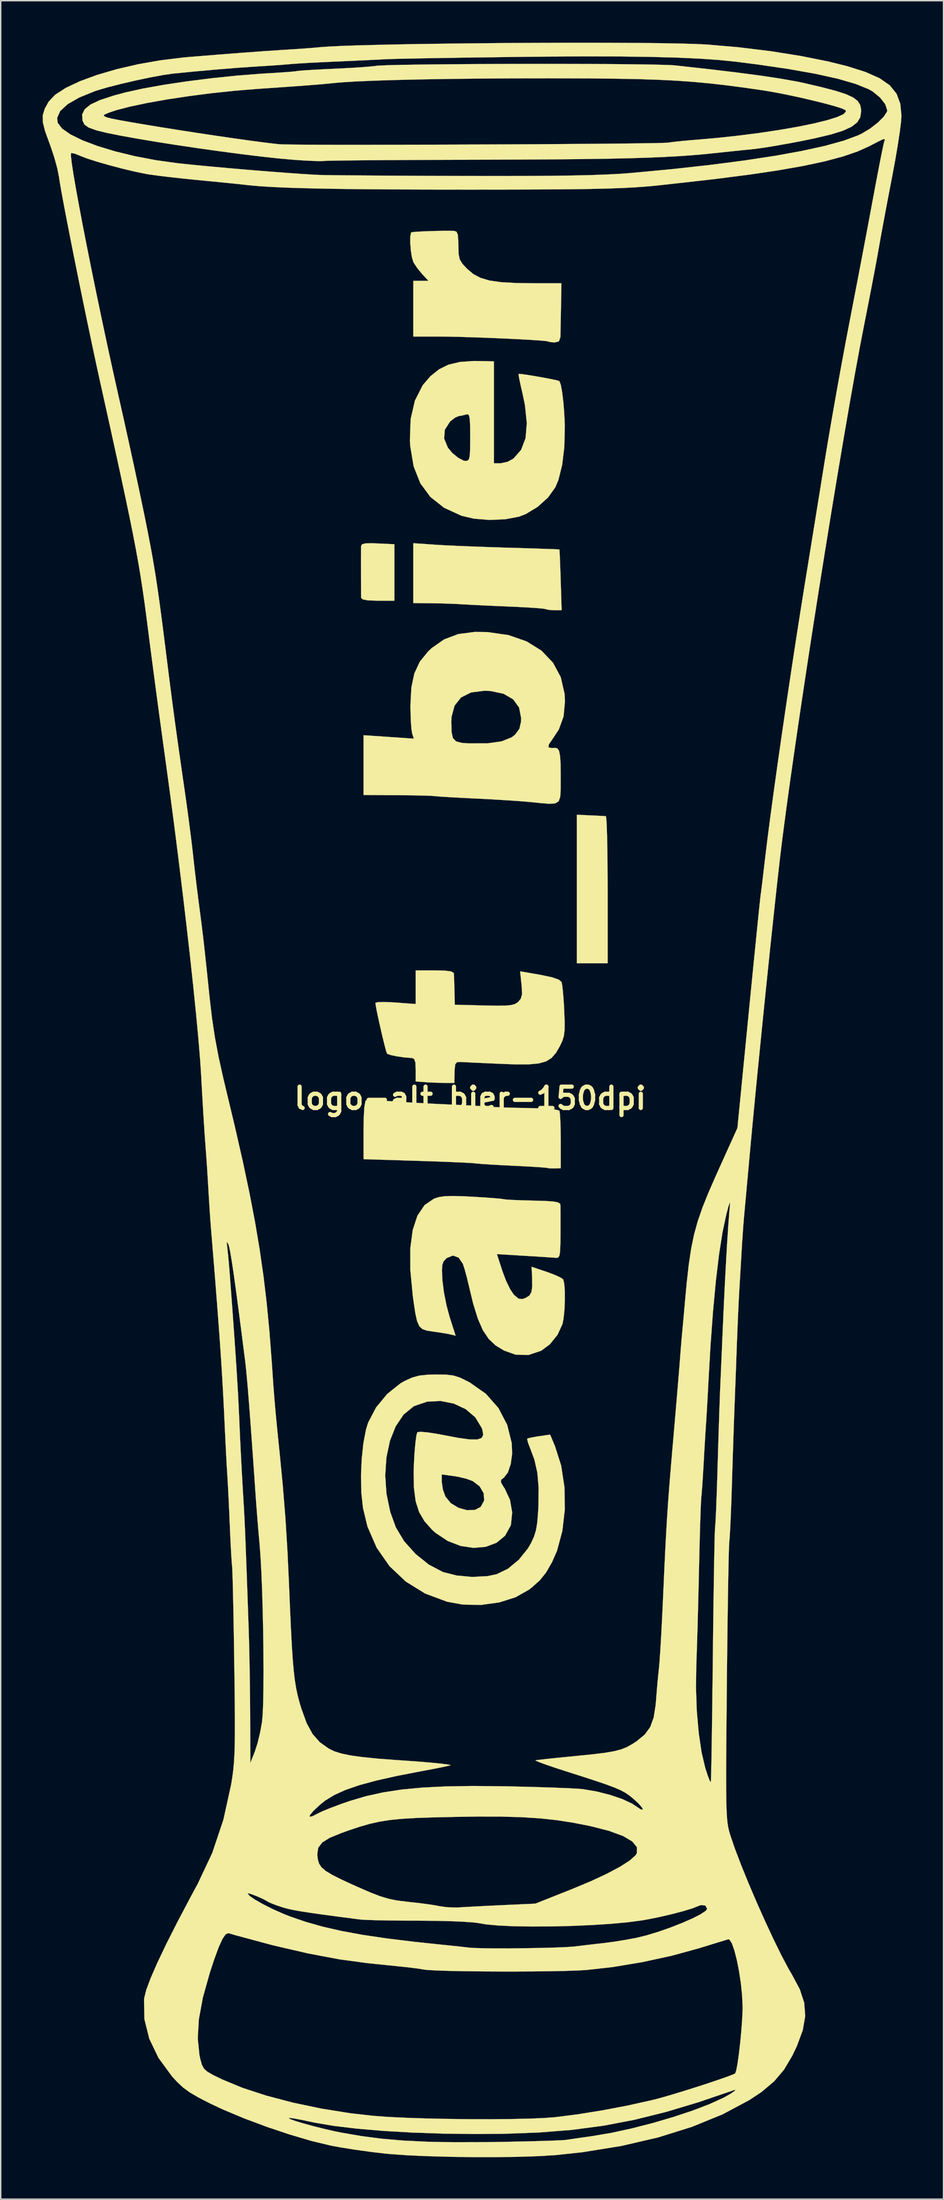
<source format=kicad_pcb>
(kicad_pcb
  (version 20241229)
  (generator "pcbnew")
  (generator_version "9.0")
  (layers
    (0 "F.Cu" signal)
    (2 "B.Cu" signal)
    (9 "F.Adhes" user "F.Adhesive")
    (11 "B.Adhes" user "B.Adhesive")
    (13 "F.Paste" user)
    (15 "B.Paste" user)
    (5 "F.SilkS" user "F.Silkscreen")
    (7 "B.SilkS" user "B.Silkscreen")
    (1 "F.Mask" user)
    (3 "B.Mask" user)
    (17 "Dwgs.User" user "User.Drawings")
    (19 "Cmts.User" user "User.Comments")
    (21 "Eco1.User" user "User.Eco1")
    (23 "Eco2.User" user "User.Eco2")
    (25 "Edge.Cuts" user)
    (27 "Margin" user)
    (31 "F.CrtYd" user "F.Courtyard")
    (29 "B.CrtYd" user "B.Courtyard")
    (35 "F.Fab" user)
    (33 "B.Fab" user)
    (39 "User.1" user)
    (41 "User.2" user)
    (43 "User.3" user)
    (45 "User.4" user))
  (footprint "logo-alt_bier-150dpi"
    (layer "F.Cu")
    (at 30.553 75.439)
    (property "Reference" "logo-alt_bier-150dpi" (at 0 0 0) (layer "F.SilkS") (effects (font (size 1.524 1.524) (thickness 0.3))))
    (attr through_hole)
    (fp_poly (pts (xy 8.594 -20.22) (xy 9.144 -20.194) (xy 9.551 -20.173) (xy 9.694 -20.164) (xy 9.726 -19.998) (xy 9.754 -19.534) (xy 9.779 -18.814) (xy 9.799 -17.877) (xy 9.813 -16.765) (xy 9.82 -15.518) (xy 9.821 -14.901) (xy 9.821 -9.652) (xy 7.62 -9.652) (xy 7.62 -20.264) (xy 8.594 -20.22)) (stroke (width 0.01) (type solid)) (fill yes) (layer "F.SilkS"))
    (fp_poly (pts (xy -6.604 -39.652) (xy -5.419 -39.596) (xy -5.419 -35.56) (xy -6.604 -35.56) (xy -7.296 -35.583) (xy -7.682 -35.656) (xy -7.795 -35.772) (xy -7.8 -36.112) (xy -7.803 -36.669) (xy -7.806 -37.351) (xy -7.807 -38.064) (xy -7.807 -38.715) (xy -7.805 -39.21) (xy -7.802 -39.455) (xy -7.734 -39.589) (xy -7.501 -39.656) (xy -7.039 -39.668) (xy -6.604 -39.652)) (stroke (width 0.01) (type solid)) (fill yes) (layer "F.SilkS"))
    (fp_poly (pts (xy -2.498 -39.562) (xy -1.838 -39.523) (xy -0.92 -39.48) (xy 0.173 -39.435) (xy 1.361 -39.392) (xy 2.563 -39.353) (xy 2.709 -39.349) (xy 3.78 -39.318) (xy 4.729 -39.288) (xy 5.505 -39.261) (xy 6.061 -39.24) (xy 6.347 -39.226) (xy 6.374 -39.223) (xy 6.388 -39.055) (xy 6.409 -38.614) (xy 6.435 -37.962) (xy 6.462 -37.165) (xy 6.466 -37.042) (xy 6.534 -34.883) (xy 6.005 -34.883) (xy 5.611 -34.905) (xy 5.398 -34.96) (xy 5.397 -34.961) (xy 5.209 -34.995) (xy 4.743 -35.037) (xy 4.061 -35.081) (xy 3.224 -35.124) (xy 2.786 -35.143) (xy 1.814 -35.185) (xy 0.889 -35.228) (xy 0.098 -35.267) (xy -0.471 -35.299) (xy -0.593 -35.307) (xy -1.2 -35.339) (xy -1.978 -35.365) (xy -2.752 -35.379) (xy -4.064 -35.391) (xy -4.064 -39.67) (xy -2.498 -39.562)) (stroke (width 0.01) (type solid)) (fill yes) (layer "F.SilkS"))
    (fp_poly (pts (xy -6.701 0.136) (xy -6.064 0.178) (xy -5.89 0.192) (xy -5.227 0.241) (xy -4.327 0.297) (xy -3.29 0.355) (xy -2.216 0.408) (xy -1.799 0.427) (xy -0.831 0.471) (xy 0.052 0.515) (xy 0.78 0.556) (xy 1.282 0.59) (xy 1.439 0.604) (xy 1.802 0.629) (xy 2.418 0.654) (xy 3.203 0.677) (xy 4.073 0.693) (xy 4.111 0.694) (xy 4.933 0.717) (xy 5.628 0.759) (xy 6.128 0.813) (xy 6.365 0.875) (xy 6.373 0.883) (xy 6.411 1.107) (xy 6.443 1.596) (xy 6.464 2.276) (xy 6.471 3.019) (xy 6.471 4.995) (xy 6.033 5.012) (xy 5.687 5.008) (xy 5.545 4.98) (xy 5.367 4.955) (xy 4.914 4.92) (xy 4.246 4.878) (xy 3.427 4.835) (xy 3.129 4.821) (xy 2.233 4.776) (xy 1.429 4.73) (xy 0.793 4.687) (xy 0.399 4.653) (xy 0.346 4.646) (xy 0.06 4.622) (xy -0.51 4.591) (xy -1.308 4.556) (xy -2.279 4.518) (xy -3.366 4.481) (xy -3.845 4.466) (xy -7.62 4.35) (xy -7.62 2.274) (xy -7.605 1.283) (xy -7.56 0.589) (xy -7.488 0.207) (xy -7.436 0.136) (xy -7.19 0.121) (xy -6.701 0.136)) (stroke (width 0.01) (type solid)) (fill yes) (layer "F.SilkS"))
    (fp_poly (pts (xy -1.207 -61.99) (xy -1.143 -61.988) (xy -0.976 -61.929) (xy -0.886 -61.719) (xy -0.85 -61.284) (xy -0.847 -60.94) (xy -0.83 -60.344) (xy -0.747 -59.951) (xy -0.546 -59.625) (xy -0.212 -59.27) (xy 0.224 -58.904) (xy 0.733 -58.633) (xy 1.368 -58.444) (xy 2.186 -58.325) (xy 3.239 -58.265) (xy 4.369 -58.25) (xy 6.519 -58.25) (xy 6.488 -56.515) (xy 6.473 -55.742) (xy 6.46 -55.062) (xy 6.45 -54.57) (xy 6.445 -54.398) (xy 6.344 -54.097) (xy 6.04 -54.017) (xy 5.704 -54.044) (xy 5.574 -54.087) (xy 5.384 -54.12) (xy 4.911 -54.161) (xy 4.212 -54.207) (xy 3.342 -54.254) (xy 2.357 -54.301) (xy 1.312 -54.345) (xy 0.264 -54.383) (xy -0.731 -54.414) (xy -1.618 -54.434) (xy -2.328 -54.441) (xy -4.064 -54.441) (xy -4.064 -58.42) (xy -2.985 -58.42) (xy -3.419 -58.886) (xy -3.774 -59.316) (xy -4.048 -59.729) (xy -4.061 -59.754) (xy -4.166 -60.099) (xy -4.243 -60.603) (xy -4.285 -61.147) (xy -4.281 -61.61) (xy -4.224 -61.871) (xy -4.216 -61.88) (xy -4.031 -61.912) (xy -3.598 -61.942) (xy -3.009 -61.968) (xy -2.353 -61.987) (xy -1.722 -61.996) (xy -1.207 -61.99)) (stroke (width 0.01) (type solid)) (fill yes) (layer "F.SilkS"))
    (fp_poly (pts (xy -1.792 -9.125) (xy -1.348 -9.064) (xy -1.173 -8.955) (xy -1.168 -8.932) (xy -1.154 -8.657) (xy -1.138 -8.164) (xy -1.125 -7.705) (xy -1.101 -6.689) (xy 0.99 -6.635) (xy 1.887 -6.618) (xy 2.51 -6.625) (xy 2.924 -6.662) (xy 3.195 -6.738) (xy 3.387 -6.858) (xy 3.422 -6.889) (xy 3.619 -7.122) (xy 3.7 -7.424) (xy 3.688 -7.908) (xy 3.666 -8.137) (xy 3.568 -9.077) (xy 4.994 -8.829) (xy 5.824 -8.656) (xy 6.331 -8.481) (xy 6.529 -8.312) (xy 6.582 -8.037) (xy 6.638 -7.508) (xy 6.69 -6.811) (xy 6.719 -6.265) (xy 6.75 -5.443) (xy 6.744 -4.867) (xy 6.692 -4.448) (xy 6.581 -4.095) (xy 6.406 -3.725) (xy 6.121 -3.237) (xy 5.808 -2.88) (xy 5.415 -2.637) (xy 4.887 -2.491) (xy 4.171 -2.426) (xy 3.212 -2.426) (xy 2.286 -2.46) (xy 1.359 -2.501) (xy 0.524 -2.539) (xy -0.147 -2.571) (xy -0.583 -2.593) (xy -0.677 -2.598) (xy -0.939 -2.584) (xy -1.066 -2.44) (xy -1.111 -2.078) (xy -1.118 -1.863) (xy -1.134 -1.101) (xy -1.795 -1.1) (xy -2.423 -1.113) (xy -3.094 -1.146) (xy -3.175 -1.152) (xy -3.895 -1.205) (xy -3.895 -2.042) (xy -3.917 -2.555) (xy -4.002 -2.81) (xy -4.177 -2.885) (xy -4.191 -2.885) (xy -4.685 -2.921) (xy -5.22 -2.996) (xy -5.675 -3.09) (xy -5.929 -3.18) (xy -5.942 -3.191) (xy -6.01 -3.384) (xy -6.127 -3.823) (xy -6.274 -4.422) (xy -6.43 -5.097) (xy -6.577 -5.762) (xy -6.695 -6.33) (xy -6.764 -6.718) (xy -6.774 -6.82) (xy -6.618 -6.868) (xy -6.202 -6.883) (xy -5.604 -6.863) (xy -5.334 -6.846) (xy -3.895 -6.739) (xy -3.895 -9.144) (xy -2.54 -9.144) (xy -1.792 -9.125)) (stroke (width 0.01) (type solid)) (fill yes) (layer "F.SilkS"))
    (fp_poly (pts (xy 1.143 -52.682) (xy 1.693 -52.663) (xy 1.693 -45.381) (xy 2.178 -45.381) (xy 2.668 -45.488) (xy 3.088 -45.715) (xy 3.637 -46.341) (xy 3.956 -47.182) (xy 4.046 -48.247) (xy 3.91 -49.549) (xy 3.737 -50.376) (xy 3.593 -51.003) (xy 3.492 -51.487) (xy 3.452 -51.747) (xy 3.454 -51.77) (xy 3.627 -51.763) (xy 4.039 -51.706) (xy 4.594 -51.616) (xy 5.199 -51.509) (xy 5.76 -51.403) (xy 6.183 -51.313) (xy 6.373 -51.256) (xy 6.374 -51.255) (xy 6.471 -51.004) (xy 6.567 -50.49) (xy 6.653 -49.788) (xy 6.72 -48.974) (xy 6.758 -48.124) (xy 6.76 -48.022) (xy 6.727 -46.56) (xy 6.572 -45.264) (xy 6.305 -44.193) (xy 6.088 -43.673) (xy 5.562 -42.936) (xy 4.815 -42.263) (xy 3.962 -41.749) (xy 3.49 -41.568) (xy 2.5 -41.38) (xy 1.373 -41.333) (xy 0.263 -41.424) (xy -0.627 -41.633) (xy -1.865 -42.202) (xy -2.841 -42.971) (xy -3.564 -43.953) (xy -4.042 -45.159) (xy -4.285 -46.602) (xy -4.31 -46.993) (xy -4.305 -47.147) (xy -1.862 -47.147) (xy -1.597 -46.501) (xy -1.287 -46.126) (xy -0.872 -45.783) (xy -0.487 -45.577) (xy -0.356 -45.551) (xy -0.195 -45.57) (xy -0.091 -45.67) (xy -0.033 -45.911) (xy -0.007 -46.355) (xy -0.000122 -47.062) (xy 0 -47.262) (xy -0.006 -48.04) (xy -0.03 -48.533) (xy -0.082 -48.797) (xy -0.17 -48.887) (xy -0.268 -48.871) (xy -0.655 -48.778) (xy -0.784 -48.768) (xy -1.064 -48.656) (xy -1.416 -48.383) (xy -1.447 -48.352) (xy -1.814 -47.78) (xy -1.862 -47.147) (xy -4.305 -47.147) (xy -4.257 -48.539) (xy -3.952 -49.861) (xy -3.395 -50.959) (xy -2.851 -51.596) (xy -2.237 -52.091) (xy -1.562 -52.426) (xy -0.753 -52.62) (xy 0.261 -52.693) (xy 1.143 -52.682)) (stroke (width 0.01) (type solid)) (fill yes) (layer "F.SilkS"))
    (fp_poly (pts (xy 1.255 -33.317) (xy 2.743 -33.102) (xy 4.029 -32.655) (xy 5.092 -31.993) (xy 5.913 -31.135) (xy 6.471 -30.099) (xy 6.746 -28.902) (xy 6.773 -28.358) (xy 6.67 -27.28) (xy 6.335 -26.363) (xy 5.898 -25.696) (xy 5.619 -25.291) (xy 5.592 -25.082) (xy 5.827 -25.028) (xy 6.041 -25.046) (xy 6.224 -25.013) (xy 6.349 -24.832) (xy 6.425 -24.454) (xy 6.462 -23.834) (xy 6.468 -22.924) (xy 6.468 -22.882) (xy 6.466 -22.087) (xy 6.436 -21.549) (xy 6.323 -21.226) (xy 6.071 -21.074) (xy 5.627 -21.049) (xy 4.936 -21.108) (xy 4.318 -21.171) (xy 3.647 -21.228) (xy 2.743 -21.291) (xy 1.709 -21.355) (xy 0.651 -21.411) (xy 0.339 -21.426) (xy -0.585 -21.472) (xy -1.401 -21.516) (xy -2.043 -21.556) (xy -2.446 -21.587) (xy -2.54 -21.598) (xy -2.795 -21.617) (xy -3.319 -21.635) (xy -4.045 -21.65) (xy -4.902 -21.66) (xy -5.207 -21.662) (xy -7.62 -21.675) (xy -7.62 -25.948) (xy -5.825 -25.826) (xy -4.03 -25.704) (xy -4.15 -26.081) (xy -4.202 -26.411) (xy -4.237 -26.89) (xy -1.352 -26.89) (xy -1.331 -26.183) (xy -1.237 -25.745) (xy -1.012 -25.507) (xy -0.601 -25.401) (xy -0.109 -25.365) (xy 1.217 -25.366) (xy 2.24 -25.509) (xy 2.961 -25.796) (xy 3.203 -25.986) (xy 3.514 -26.405) (xy 3.633 -26.918) (xy 3.641 -27.164) (xy 3.494 -27.925) (xy 3.069 -28.512) (xy 2.383 -28.911) (xy 1.456 -29.107) (xy 1.013 -29.125) (xy 0.061 -29.005) (xy -0.652 -28.649) (xy -1.119 -28.06) (xy -1.336 -27.245) (xy -1.352 -26.89) (xy -4.237 -26.89) (xy -4.243 -26.982) (xy -4.267 -27.698) (xy -4.271 -28.096) (xy -4.206 -29.355) (xy -3.991 -30.368) (xy -3.6 -31.206) (xy -3.007 -31.936) (xy -2.743 -32.183) (xy -1.858 -32.8) (xy -0.851 -33.177) (xy 0.337 -33.331) (xy 1.255 -33.317)) (stroke (width 0.01) (type solid)) (fill yes) (layer "F.SilkS"))
    (fp_poly (pts (xy -0.488 7) (xy 0.156 7.032) (xy 0.972 7.082) (xy 1.659 7.131) (xy 2.15 7.174) (xy 2.379 7.206) (xy 2.384 7.208) (xy 2.583 7.234) (xy 3.049 7.262) (xy 3.713 7.288) (xy 4.459 7.308) (xy 5.321 7.332) (xy 5.898 7.37) (xy 6.242 7.427) (xy 6.407 7.513) (xy 6.446 7.612) (xy 6.45 7.884) (xy 6.453 8.41) (xy 6.453 9.107) (xy 6.452 9.652) (xy 6.445 10.448) (xy 6.421 10.963) (xy 6.371 11.255) (xy 6.284 11.382) (xy 6.151 11.4) (xy 6.15 11.4) (xy 5.869 11.379) (xy 5.329 11.343) (xy 4.612 11.297) (xy 3.881 11.253) (xy 1.909 11.135) (xy 2.315 12.383) (xy 2.567 13.049) (xy 2.851 13.634) (xy 3.11 14.022) (xy 3.131 14.043) (xy 3.45 14.312) (xy 3.723 14.349) (xy 3.972 14.258) (xy 4.23 14.095) (xy 4.376 13.846) (xy 4.433 13.431) (xy 4.422 12.77) (xy 4.417 12.666) (xy 4.386 12.039) (xy 5.453 12.396) (xy 6.017 12.606) (xy 6.448 12.803) (xy 6.644 12.938) (xy 6.72 13.231) (xy 6.76 13.759) (xy 6.764 14.42) (xy 6.734 15.112) (xy 6.672 15.732) (xy 6.597 16.124) (xy 6.246 16.892) (xy 5.69 17.581) (xy 5.076 18.036) (xy 4.162 18.344) (xy 3.24 18.318) (xy 2.414 18.024) (xy 1.811 17.657) (xy 1.317 17.187) (xy 0.903 16.567) (xy 0.545 15.747) (xy 0.215 14.681) (xy -0.08 13.462) (xy -0.24 12.795) (xy -0.402 12.2) (xy -0.529 11.817) (xy -0.832 11.379) (xy -1.233 11.236) (xy -1.667 11.408) (xy -1.726 11.457) (xy -1.903 11.655) (xy -1.996 11.908) (xy -2.02 12.304) (xy -1.99 12.935) (xy -1.983 13.039) (xy -1.879 13.863) (xy -1.693 14.8) (xy -1.468 15.636) (xy -1.042 16.963) (xy -1.41 16.873) (xy -1.789 16.799) (xy -2.345 16.712) (xy -2.68 16.665) (xy -3.112 16.597) (xy -3.421 16.488) (xy -3.639 16.283) (xy -3.795 15.928) (xy -3.92 15.369) (xy -4.043 14.552) (xy -4.104 14.102) (xy -4.278 12.279) (xy -4.28 10.713) (xy -4.109 9.411) (xy -3.77 8.381) (xy -3.262 7.632) (xy -2.592 7.172) (xy -2.253 7.061) (xy -1.837 6.998) (xy -1.272 6.979) (xy -0.488 7)) (stroke (width 0.01) (type solid)) (fill yes) (layer "F.SilkS"))
    (fp_poly (pts (xy -1.729 19.746) (xy -1.201 19.809) (xy -0.732 19.958) (xy -0.183 20.226) (xy -0.028 20.309) (xy 1.12 21.114) (xy 2.019 22.135) (xy 2.645 23.34) (xy 2.969 24.642) (xy 2.996 25.405) (xy 2.897 26.136) (xy 2.694 26.736) (xy 2.409 27.107) (xy 2.386 27.123) (xy 2.205 27.265) (xy 2.194 27.435) (xy 2.365 27.737) (xy 2.47 27.892) (xy 2.843 28.691) (xy 2.999 29.59) (xy 2.915 30.444) (xy 2.882 30.554) (xy 2.489 31.261) (xy 1.881 31.761) (xy 1.112 32.05) (xy 0.237 32.126) (xy -0.69 31.987) (xy -1.615 31.629) (xy -2.483 31.05) (xy -2.731 30.826) (xy -3.269 30.22) (xy -3.653 29.564) (xy -3.898 28.796) (xy -4.021 27.852) (xy -4.028 27.419) (xy -2.032 27.419) (xy -1.95 27.966) (xy -1.767 28.469) (xy -1.384 28.932) (xy -0.839 29.263) (xy -0.231 29.434) (xy 0.338 29.415) (xy 0.75 29.198) (xy 0.997 28.743) (xy 0.964 28.227) (xy 0.677 27.732) (xy 0.191 27.358) (xy -0.264 27.189) (xy -0.871 27.043) (xy -1.159 26.996) (xy -2.032 26.88) (xy -2.032 27.419) (xy -4.028 27.419) (xy -4.04 26.672) (xy -4.018 26.02) (xy -3.97 25.222) (xy -3.908 24.548) (xy -3.841 24.07) (xy -3.778 23.861) (xy -3.557 23.83) (xy -3.079 23.869) (xy -2.416 23.969) (xy -1.943 24.058) (xy -0.845 24.266) (xy -0.041 24.376) (xy 0.501 24.381) (xy 0.813 24.276) (xy 0.928 24.055) (xy 0.876 23.712) (xy 0.82 23.551) (xy 0.365 22.798) (xy -0.324 22.212) (xy -1.175 21.814) (xy -2.116 21.628) (xy -3.074 21.677) (xy -3.977 21.982) (xy -4.061 22.027) (xy -4.765 22.606) (xy -5.326 23.442) (xy -5.737 24.479) (xy -5.988 25.665) (xy -6.073 26.944) (xy -5.984 28.262) (xy -5.712 29.566) (xy -5.313 30.665) (xy -4.727 31.642) (xy -3.909 32.559) (xy -2.955 33.324) (xy -1.961 33.847) (xy -1.947 33.852) (xy -0.968 34.102) (xy 0.14 34.203) (xy 1.22 34.147) (xy 1.887 34.009) (xy 2.696 33.618) (xy 3.473 32.975) (xy 4.127 32.164) (xy 4.353 31.773) (xy 4.565 31.309) (xy 4.707 30.842) (xy 4.797 30.275) (xy 4.856 29.51) (xy 4.876 29.089) (xy 4.889 27.808) (xy 4.798 26.752) (xy 4.587 25.821) (xy 4.288 25.017) (xy 4.13 24.607) (xy 4.071 24.351) (xy 4.08 24.319) (xy 4.274 24.261) (xy 4.687 24.182) (xy 4.929 24.145) (xy 5.71 24.032) (xy 6.054 24.843) (xy 6.499 26.242) (xy 6.735 27.778) (xy 6.763 29.365) (xy 6.586 30.912) (xy 6.205 32.332) (xy 5.847 33.15) (xy 5.423 33.884) (xy 4.984 34.435) (xy 4.413 34.947) (xy 4.196 35.115) (xy 3.236 35.658) (xy 2.068 36.025) (xy 0.782 36.203) (xy -0.533 36.178) (xy -1.647 35.977) (xy -3.225 35.387) (xy -4.605 34.532) (xy -5.764 33.435) (xy -6.682 32.121) (xy -7.339 30.611) (xy -7.662 29.276) (xy -7.776 28.22) (xy -7.805 27.031) (xy -7.756 25.809) (xy -7.635 24.656) (xy -7.448 23.672) (xy -7.295 23.174) (xy -6.731 22.095) (xy -5.933 21.128) (xy -4.988 20.371) (xy -4.678 20.194) (xy -4.138 19.949) (xy -3.618 19.81) (xy -2.981 19.748) (xy -2.455 19.737) (xy -1.729 19.746)) (stroke (width 0.01) (type solid)) (fill yes) (layer "F.SilkS"))
    (fp_poly (pts (xy 7 -73.921) (xy 8.588 -73.916) (xy 10.073 -73.908) (xy 11.416 -73.896) (xy 12.583 -73.881) (xy 13.534 -73.863) (xy 14.235 -73.841) (xy 14.647 -73.815) (xy 17.002 -73.555) (xy 19.032 -73.312) (xy 20.753 -73.084) (xy 22.177 -72.87) (xy 23.319 -72.668) (xy 23.875 -72.551) (xy 25.158 -72.25) (xy 26.145 -71.99) (xy 26.872 -71.752) (xy 27.378 -71.516) (xy 27.699 -71.266) (xy 27.873 -70.982) (xy 27.937 -70.645) (xy 27.94 -70.527) (xy 27.875 -70.105) (xy 27.658 -69.745) (xy 27.255 -69.431) (xy 26.635 -69.147) (xy 25.763 -68.876) (xy 24.606 -68.601) (xy 23.761 -68.427) (xy 22.783 -68.24) (xy 21.831 -68.072) (xy 20.996 -67.936) (xy 20.373 -67.848) (xy 20.235 -67.834) (xy 19.589 -67.769) (xy 18.754 -67.683) (xy 17.882 -67.59) (xy 17.611 -67.56) (xy 16.709 -67.469) (xy 15.778 -67.389) (xy 14.787 -67.321) (xy 13.706 -67.263) (xy 12.505 -67.215) (xy 11.152 -67.175) (xy 9.617 -67.143) (xy 7.871 -67.119) (xy 5.882 -67.1) (xy 3.62 -67.086) (xy 1.055 -67.077) (xy 0.608 -67.075) (xy -1.269 -67.07) (xy -3.052 -67.063) (xy -4.711 -67.054) (xy -6.215 -67.045) (xy -7.536 -67.035) (xy -8.643 -67.024) (xy -9.506 -67.013) (xy -10.096 -67.002) (xy -10.382 -66.991) (xy -10.399 -66.989) (xy -10.708 -66.976) (xy -11.268 -66.99) (xy -11.992 -67.027) (xy -12.615 -67.07) (xy -13.693 -67.166) (xy -14.967 -67.305) (xy -16.386 -67.478) (xy -17.898 -67.678) (xy -19.448 -67.896) (xy -20.986 -68.124) (xy -22.458 -68.356) (xy -23.811 -68.583) (xy -24.994 -68.796) (xy -25.953 -68.989) (xy -26.636 -69.154) (xy -26.711 -69.175) (xy -27.261 -69.37) (xy -27.563 -69.58) (xy -27.705 -69.866) (xy -27.709 -69.882) (xy -27.726 -70.202) (xy -26.189 -70.202) (xy -25.976 -70.101) (xy -25.67 -70.023) (xy -25.077 -69.905) (xy -24.246 -69.756) (xy -23.223 -69.582) (xy -22.059 -69.391) (xy -20.8 -69.191) (xy -19.495 -68.989) (xy -18.193 -68.793) (xy -16.941 -68.61) (xy -15.788 -68.448) (xy -14.783 -68.314) (xy -13.973 -68.216) (xy -13.631 -68.18) (xy -13.325 -68.168) (xy -12.718 -68.158) (xy -11.841 -68.15) (xy -10.725 -68.145) (xy -9.404 -68.142) (xy -7.907 -68.142) (xy -6.267 -68.143) (xy -4.514 -68.146) (xy -2.682 -68.15) (xy -0.8 -68.157) (xy 1.099 -68.164) (xy 2.983 -68.173) (xy 4.822 -68.183) (xy 6.584 -68.195) (xy 8.237 -68.207) (xy 9.749 -68.22) (xy 11.09 -68.233) (xy 12.227 -68.247) (xy 13.129 -68.261) (xy 13.764 -68.276) (xy 14.102 -68.291) (xy 14.139 -68.295) (xy 14.554 -68.352) (xy 15.181 -68.418) (xy 15.895 -68.481) (xy 16.002 -68.489) (xy 17.613 -68.629) (xy 19.193 -68.8) (xy 20.709 -68.995) (xy 22.129 -69.209) (xy 23.422 -69.435) (xy 24.555 -69.666) (xy 25.497 -69.897) (xy 26.216 -70.121) (xy 26.679 -70.331) (xy 26.855 -70.522) (xy 26.815 -70.619) (xy 26.574 -70.734) (xy 26.064 -70.897) (xy 25.349 -71.093) (xy 24.492 -71.306) (xy 23.557 -71.523) (xy 22.608 -71.726) (xy 21.708 -71.901) (xy 20.921 -72.033) (xy 20.911 -72.035) (xy 19.551 -72.23) (xy 18.302 -72.394) (xy 17.115 -72.529) (xy 15.943 -72.637) (xy 14.738 -72.723) (xy 13.453 -72.787) (xy 12.04 -72.834) (xy 10.451 -72.865) (xy 8.639 -72.884) (xy 6.556 -72.892) (xy 5.588 -72.893) (xy 3.169 -72.889) (xy 0.856 -72.875) (xy -1.32 -72.851) (xy -3.331 -72.818) (xy -5.146 -72.777) (xy -6.736 -72.728) (xy -8.07 -72.672) (xy -9.12 -72.609) (xy -9.737 -72.555) (xy -10.236 -72.504) (xy -10.867 -72.449) (xy -11.673 -72.385) (xy -12.696 -72.31) (xy -13.979 -72.219) (xy -15.24 -72.133) (xy -16.849 -72.002) (xy -18.496 -71.827) (xy -20.123 -71.616) (xy -21.675 -71.381) (xy -23.095 -71.128) (xy -24.329 -70.867) (xy -25.318 -70.608) (xy -25.827 -70.436) (xy -26.153 -70.294) (xy -26.189 -70.202) (xy -27.726 -70.202) (xy -27.731 -70.312) (xy -27.547 -70.686) (xy -27.128 -71.023) (xy -26.447 -71.342) (xy -25.475 -71.66) (xy -24.642 -71.884) (xy -23.392 -72.16) (xy -21.885 -72.43) (xy -20.2 -72.682) (xy -18.418 -72.906) (xy -16.619 -73.091) (xy -14.885 -73.226) (xy -14.478 -73.25) (xy -13.684 -73.298) (xy -13.02 -73.345) (xy -12.555 -73.385) (xy -12.359 -73.413) (xy -12.358 -73.413) (xy -12.167 -73.437) (xy -11.699 -73.471) (xy -11.014 -73.512) (xy -10.175 -73.555) (xy -9.734 -73.575) (xy -8.807 -73.621) (xy -7.973 -73.671) (xy -7.302 -73.72) (xy -6.867 -73.763) (xy -6.773 -73.778) (xy -6.477 -73.805) (xy -5.879 -73.829) (xy -5.016 -73.851) (xy -3.925 -73.869) (xy -2.643 -73.886) (xy -1.207 -73.899) (xy 0.347 -73.909) (xy 1.982 -73.917) (xy 3.66 -73.921) (xy 5.345 -73.923) (xy 7 -73.921)) (stroke (width 0.01) (type solid)) (fill yes) (layer "F.SilkS"))
    (fp_poly (pts (xy 10.32 -75.429) (xy 12.033 -75.419) (xy 13.577 -75.403) (xy 14.915 -75.379) (xy 16.012 -75.349) (xy 16.83 -75.312) (xy 16.933 -75.306) (xy 19.205 -75.109) (xy 21.459 -74.834) (xy 23.612 -74.492) (xy 25.578 -74.099) (xy 26.938 -73.761) (xy 28.251 -73.346) (xy 29.256 -72.899) (xy 29.984 -72.392) (xy 30.467 -71.794) (xy 30.735 -71.08) (xy 30.819 -70.219) (xy 30.819 -70.207) (xy 30.786 -69.753) (xy 30.695 -69.035) (xy 30.556 -68.122) (xy 30.38 -67.082) (xy 30.176 -65.981) (xy 30.149 -65.838) (xy 29.924 -64.673) (xy 29.701 -63.501) (xy 29.497 -62.407) (xy 29.326 -61.476) (xy 29.205 -60.793) (xy 29.205 -60.791) (xy 29.089 -60.137) (xy 28.92 -59.227) (xy 28.712 -58.139) (xy 28.482 -56.947) (xy 28.242 -55.73) (xy 28.171 -55.372) (xy 27.853 -53.728) (xy 27.496 -51.789) (xy 27.107 -49.597) (xy 26.693 -47.193) (xy 26.259 -44.619) (xy 25.813 -41.916) (xy 25.36 -39.125) (xy 24.908 -36.288) (xy 24.463 -33.445) (xy 24.032 -30.638) (xy 23.622 -27.908) (xy 23.238 -25.297) (xy 22.887 -22.846) (xy 22.576 -20.596) (xy 22.312 -18.589) (xy 22.274 -18.288) (xy 22.154 -17.296) (xy 22.007 -16.011) (xy 21.837 -14.478) (xy 21.65 -12.742) (xy 21.449 -10.847) (xy 21.24 -8.837) (xy 21.026 -6.758) (xy 20.813 -4.654) (xy 20.605 -2.569) (xy 20.406 -0.548) (xy 20.222 1.364) (xy 20.057 3.123) (xy 19.986 3.895) (xy 19.881 5.052) (xy 19.781 6.146) (xy 19.693 7.115) (xy 19.621 7.897) (xy 19.573 8.427) (xy 19.562 8.551) (xy 19.516 9.113) (xy 19.462 9.877) (xy 19.408 10.71) (xy 19.391 11.007) (xy 19.338 11.909) (xy 19.281 12.869) (xy 19.231 13.711) (xy 19.221 13.885) (xy 19.186 14.531) (xy 19.145 15.41) (xy 19.102 16.419) (xy 19.061 17.452) (xy 19.052 17.695) (xy 19.011 18.817) (xy 18.965 20.036) (xy 18.92 21.211) (xy 18.882 22.199) (xy 18.88 22.267) (xy 18.848 23.113) (xy 18.811 24.196) (xy 18.77 25.418) (xy 18.73 26.676) (xy 18.699 27.686) (xy 18.664 28.764) (xy 18.625 29.762) (xy 18.586 30.617) (xy 18.55 31.266) (xy 18.519 31.646) (xy 18.516 31.665) (xy 18.499 31.941) (xy 18.48 32.524) (xy 18.46 33.38) (xy 18.438 34.477) (xy 18.416 35.782) (xy 18.394 37.263) (xy 18.373 38.888) (xy 18.353 40.624) (xy 18.34 41.91) (xy 18.32 43.965) (xy 18.305 45.71) (xy 18.295 47.175) (xy 18.29 48.388) (xy 18.292 49.378) (xy 18.301 50.174) (xy 18.318 50.806) (xy 18.343 51.302) (xy 18.377 51.69) (xy 18.421 52.001) (xy 18.475 52.263) (xy 18.54 52.504) (xy 18.589 52.663) (xy 18.916 53.622) (xy 19.359 54.784) (xy 19.886 56.08) (xy 20.467 57.441) (xy 21.073 58.799) (xy 21.672 60.086) (xy 22.235 61.233) (xy 22.731 62.172) (xy 22.986 62.609) (xy 23.551 63.663) (xy 23.869 64.631) (xy 23.941 65.584) (xy 23.766 66.594) (xy 23.346 67.729) (xy 23.021 68.411) (xy 22.429 69.412) (xy 21.716 70.254) (xy 20.805 71.019) (xy 19.944 71.589) (xy 18.032 72.609) (xy 15.842 73.503) (xy 13.414 74.261) (xy 10.788 74.869) (xy 8.006 75.317) (xy 6.096 75.521) (xy 4.934 75.594) (xy 3.516 75.641) (xy 1.924 75.665) (xy 0.239 75.665) (xy -1.456 75.641) (xy -3.079 75.596) (xy -4.55 75.529) (xy -5.785 75.44) (xy -6.011 75.419) (xy -7.06 75.297) (xy -8.195 75.14) (xy -9.265 74.97) (xy -9.976 74.838) (xy -11.34 74.509) (xy -12.895 74.051) (xy -14.535 73.501) (xy -16.156 72.895) (xy -16.222 72.867) (xy -12.979 72.867) (xy -12.87 72.946) (xy -12.497 73.081) (xy -11.927 73.254) (xy -11.225 73.446) (xy -10.459 73.639) (xy -9.695 73.814) (xy -9.229 73.909) (xy -7.797 74.157) (xy -6.334 74.347) (xy -4.782 74.481) (xy -3.082 74.565) (xy -1.176 74.602) (xy 0.994 74.595) (xy 1.524 74.588) (xy 2.795 74.566) (xy 3.976 74.541) (xy 5.02 74.514) (xy 5.877 74.486) (xy 6.499 74.46) (xy 6.837 74.436) (xy 6.858 74.433) (xy 7.27 74.37) (xy 7.894 74.28) (xy 8.606 74.178) (xy 8.721 74.162) (xy 10.081 73.932) (xy 11.544 73.614) (xy 13.044 73.229) (xy 14.516 72.797) (xy 15.893 72.339) (xy 17.111 71.873) (xy 18.105 71.42) (xy 18.632 71.122) (xy 18.913 70.923) (xy 18.956 70.847) (xy 18.881 70.866) (xy 16.332 71.735) (xy 13.976 72.441) (xy 11.736 72.998) (xy 9.532 73.419) (xy 7.287 73.717) (xy 4.922 73.906) (xy 2.359 73.999) (xy 0.423 74.014) (xy -1.917 73.986) (xy -4.153 73.91) (xy -6.239 73.789) (xy -8.13 73.627) (xy -9.783 73.428) (xy -11.15 73.194) (xy -11.368 73.147) (xy -12.046 73.004) (xy -12.587 72.904) (xy -12.917 72.862) (xy -12.979 72.867) (xy -16.222 72.867) (xy -17.653 72.269) (xy -18.542 71.853) (xy -19.402 71.413) (xy -20.036 71.043) (xy -20.53 70.681) (xy -20.97 70.266) (xy -21.318 69.883) (xy -22.274 68.577) (xy -22.933 67.208) (xy -22.94 67.178) (xy -19.472 67.178) (xy -19.348 68.384) (xy -19.279 68.694) (xy -19.172 69.069) (xy -19.031 69.336) (xy -18.787 69.558) (xy -18.374 69.797) (xy -17.721 70.114) (xy -17.713 70.118) (xy -16.268 70.716) (xy -14.559 71.273) (xy -12.659 71.773) (xy -10.641 72.196) (xy -8.579 72.527) (xy -6.926 72.714) (xy -5.883 72.79) (xy -4.612 72.852) (xy -3.177 72.9) (xy -1.641 72.934) (xy -0.068 72.952) (xy 1.478 72.955) (xy 2.934 72.943) (xy 4.236 72.914) (xy 5.32 72.868) (xy 6.06 72.811) (xy 7.659 72.609) (xy 9.431 72.324) (xy 11.23 71.983) (xy 12.907 71.611) (xy 13.212 71.537) (xy 13.805 71.377) (xy 14.558 71.156) (xy 15.406 70.896) (xy 16.286 70.618) (xy 17.134 70.341) (xy 17.886 70.086) (xy 18.48 69.875) (xy 18.85 69.728) (xy 18.939 69.678) (xy 19.016 69.454) (xy 19.107 68.966) (xy 19.202 68.289) (xy 19.294 67.497) (xy 19.374 66.663) (xy 19.434 65.863) (xy 19.465 65.171) (xy 19.468 64.939) (xy 19.434 64.128) (xy 19.345 63.255) (xy 19.213 62.382) (xy 19.052 61.57) (xy 18.875 60.881) (xy 18.694 60.375) (xy 18.523 60.116) (xy 18.446 60.097) (xy 18.193 60.173) (xy 17.693 60.325) (xy 17.021 60.532) (xy 16.353 60.738) (xy 14.395 61.275) (xy 12.28 61.734) (xy 10.162 62.086) (xy 8.297 62.293) (xy 7.644 62.33) (xy 6.755 62.359) (xy 5.684 62.38) (xy 4.484 62.394) (xy 3.208 62.4) (xy 1.911 62.399) (xy 0.645 62.391) (xy -0.536 62.376) (xy -1.579 62.354) (xy -2.431 62.326) (xy -3.038 62.291) (xy -3.302 62.261) (xy -3.783 62.185) (xy -4.402 62.106) (xy -4.657 62.078) (xy -5.187 62.024) (xy -5.939 61.947) (xy -6.796 61.859) (xy -7.366 61.8) (xy -9.366 61.528) (xy -11.622 61.101) (xy -14.09 60.529) (xy -16.729 59.819) (xy -17.279 59.661) (xy -17.471 59.733) (xy -17.702 60.066) (xy -17.98 60.678) (xy -18.313 61.588) (xy -18.607 62.484) (xy -19.105 64.263) (xy -19.392 65.816) (xy -19.472 67.178) (xy -22.94 67.178) (xy -23.282 65.812) (xy -23.309 64.424) (xy -23.294 64.289) (xy -23.151 63.712) (xy -22.835 62.866) (xy -22.354 61.766) (xy -21.716 60.429) (xy -20.929 58.871) (xy -20 57.109) (xy -19.84 56.812) (xy -15.917 56.812) (xy -15.771 56.992) (xy -15.377 57.265) (xy -14.801 57.592) (xy -14.108 57.94) (xy -13.364 58.272) (xy -12.869 58.468) (xy -11.739 58.856) (xy -10.534 59.197) (xy -9.209 59.501) (xy -7.72 59.775) (xy -6.019 60.028) (xy -4.061 60.268) (xy -2.286 60.457) (xy -1.495 60.538) (xy -0.804 60.611) (xy -0.297 60.667) (xy -0.085 60.693) (xy 0.314 60.721) (xy 0.981 60.739) (xy 1.847 60.747) (xy 2.841 60.746) (xy 3.894 60.736) (xy 4.935 60.719) (xy 5.895 60.694) (xy 6.703 60.664) (xy 7.29 60.628) (xy 7.451 60.612) (xy 8.244 60.517) (xy 9.095 60.418) (xy 9.567 60.366) (xy 10.278 60.271) (xy 11.124 60.134) (xy 11.838 60.002) (xy 12.593 59.819) (xy 13.436 59.563) (xy 14.305 59.259) (xy 15.14 58.932) (xy 15.88 58.608) (xy 16.465 58.31) (xy 16.834 58.063) (xy 16.933 57.919) (xy 16.804 57.686) (xy 16.492 57.651) (xy 16.285 57.727) (xy 15.886 57.886) (xy 15.241 58.082) (xy 14.438 58.293) (xy 13.566 58.497) (xy 12.711 58.671) (xy 12.277 58.747) (xy 11.247 58.883) (xy 10.022 58.995) (xy 8.662 59.082) (xy 7.23 59.144) (xy 5.785 59.178) (xy 4.389 59.185) (xy 3.104 59.164) (xy 1.99 59.112) (xy 1.109 59.029) (xy 0.657 58.95) (xy 0.249 58.895) (xy -0.432 58.846) (xy -1.32 58.807) (xy -2.352 58.78) (xy -3.461 58.769) (xy -3.661 58.768) (xy -4.768 58.765) (xy -5.801 58.753) (xy -6.697 58.736) (xy -7.393 58.714) (xy -7.826 58.688) (xy -7.874 58.683) (xy -9.319 58.495) (xy -10.47 58.341) (xy -11.371 58.214) (xy -12.065 58.107) (xy -12.595 58.013) (xy -13.004 57.926) (xy -13.335 57.838) (xy -13.462 57.799) (xy -13.976 57.621) (xy -14.361 57.464) (xy -14.478 57.399) (xy -14.727 57.257) (xy -15.108 57.081) (xy -15.509 56.919) (xy -15.816 56.817) (xy -15.917 56.812) (xy -19.84 56.812) (xy -19.473 56.134) (xy -18.482 54.028) (xy -10.932 54.028) (xy -10.886 54.403) (xy -10.799 54.695) (xy -10.63 54.953) (xy -10.333 55.209) (xy -9.862 55.494) (xy -9.174 55.839) (xy -8.221 56.277) (xy -8.103 56.33) (xy -7.18 56.732) (xy -6.46 57.013) (xy -5.846 57.2) (xy -5.238 57.323) (xy -4.538 57.412) (xy -4.403 57.426) (xy -3.623 57.512) (xy -2.903 57.608) (xy -2.357 57.697) (xy -2.201 57.73) (xy -1.662 57.806) (xy -1.006 57.827) (xy -0.762 57.817) (xy -0.267 57.787) (xy 0.47 57.747) (xy 1.353 57.702) (xy 2.286 57.658) (xy 2.371 57.654) (xy 4.657 57.55) (xy 7.26 56.515) (xy 8.62 55.947) (xy 9.787 55.403) (xy 10.729 54.901) (xy 11.419 54.455) (xy 11.826 54.084) (xy 11.911 53.941) (xy 11.911 53.512) (xy 11.577 53.102) (xy 10.914 52.714) (xy 9.925 52.351) (xy 8.616 52.016) (xy 8.496 51.99) (xy 7.313 51.759) (xy 6.158 51.581) (xy 4.966 51.454) (xy 3.675 51.372) (xy 2.223 51.331) (xy 0.547 51.328) (xy -1.033 51.35) (xy -2.563 51.384) (xy -3.812 51.426) (xy -4.84 51.486) (xy -5.706 51.57) (xy -6.467 51.689) (xy -7.183 51.849) (xy -7.912 52.059) (xy -8.713 52.328) (xy -9.22 52.509) (xy -10.046 52.848) (xy -10.579 53.183) (xy -10.861 53.561) (xy -10.932 54.028) (xy -18.482 54.028) (xy -18.431 53.92) (xy -17.635 51.542) (xy -17.082 49.022) (xy -17.001 48.514) (xy -16.935 48.02) (xy -16.885 47.499) (xy -16.85 46.909) (xy -16.827 46.209) (xy -16.816 45.358) (xy -16.816 44.313) (xy -16.826 43.035) (xy -16.845 41.48) (xy -16.858 40.555) (xy -16.88 39.072) (xy -16.904 37.68) (xy -16.928 36.417) (xy -16.952 35.325) (xy -16.975 34.443) (xy -16.995 33.812) (xy -17.013 33.472) (xy -17.016 33.443) (xy -17.046 33.093) (xy -17.085 32.481) (xy -17.127 31.685) (xy -17.169 30.782) (xy -17.181 30.48) (xy -17.224 29.49) (xy -17.27 28.515) (xy -17.314 27.657) (xy -17.351 27.017) (xy -17.357 26.924) (xy -17.397 26.294) (xy -17.443 25.448) (xy -17.491 24.508) (xy -17.525 23.791) (xy -17.585 22.502) (xy -17.647 21.286) (xy -17.713 20.096) (xy -17.788 18.886) (xy -17.873 17.608) (xy -17.974 16.216) (xy -18.092 14.663) (xy -18.23 12.902) (xy -18.394 10.886) (xy -18.439 10.332) (xy -17.396 10.332) (xy -17.36 10.668) (xy -17.308 11.148) (xy -17.246 11.814) (xy -17.194 12.446) (xy -16.999 15.042) (xy -16.836 17.314) (xy -16.704 19.273) (xy -16.603 20.931) (xy -16.533 22.302) (xy -16.519 22.606) (xy -16.463 23.908) (xy -16.404 25.14) (xy -16.338 26.405) (xy -16.259 27.808) (xy -16.171 29.295) (xy -16.146 29.734) (xy -16.121 30.243) (xy -16.093 30.857) (xy -16.062 31.61) (xy -16.026 32.538) (xy -15.983 33.676) (xy -15.933 35.059) (xy -15.874 36.722) (xy -15.829 38.015) (xy -15.799 39.036) (xy -15.772 40.283) (xy -15.749 41.642) (xy -15.733 43) (xy -15.726 44.027) (xy -15.713 47.498) (xy -15.388 46.676) (xy -15.197 46.081) (xy -15.013 45.316) (xy -14.877 44.559) (xy -14.828 44.003) (xy -14.794 43.163) (xy -14.775 42.095) (xy -14.77 40.852) (xy -14.777 39.49) (xy -14.796 38.064) (xy -14.827 36.627) (xy -14.869 35.235) (xy -14.92 33.942) (xy -14.981 32.804) (xy -15.05 31.874) (xy -15.053 31.835) (xy -15.138 30.884) (xy -15.222 29.861) (xy -15.294 28.935) (xy -15.317 28.617) (xy -15.465 26.476) (xy -15.595 24.647) (xy -15.707 23.103) (xy -15.805 21.818) (xy -15.889 20.766) (xy -15.963 19.92) (xy -16.028 19.254) (xy -16.086 18.742) (xy -16.09 18.711) (xy -16.347 16.701) (xy -16.567 15.008) (xy -16.754 13.613) (xy -16.91 12.498) (xy -17.038 11.642) (xy -17.141 11.027) (xy -17.221 10.634) (xy -17.272 10.464) (xy -17.373 10.257) (xy -17.396 10.332) (xy -18.439 10.332) (xy -18.537 9.144) (xy -18.581 8.551) (xy -18.634 7.755) (xy -18.688 6.891) (xy -18.709 6.519) (xy -18.76 5.668) (xy -18.813 4.824) (xy -18.862 4.125) (xy -18.88 3.895) (xy -18.971 2.655) (xy -19.069 1.146) (xy -19.169 -0.562) (xy -19.225 -1.609) (xy -19.302 -2.781) (xy -19.424 -4.25) (xy -19.586 -5.976) (xy -19.783 -7.919) (xy -20.012 -10.042) (xy -20.269 -12.303) (xy -20.548 -14.666) (xy -20.845 -17.089) (xy -21.155 -19.535) (xy -21.476 -21.965) (xy -21.76 -24.045) (xy -21.977 -25.619) (xy -22.209 -27.324) (xy -22.443 -29.065) (xy -22.666 -30.75) (xy -22.867 -32.284) (xy -23.027 -33.528) (xy -23.16 -34.565) (xy -23.289 -35.523) (xy -23.421 -36.436) (xy -23.561 -37.337) (xy -23.716 -38.26) (xy -23.892 -39.237) (xy -24.097 -40.302) (xy -24.336 -41.489) (xy -24.616 -42.831) (xy -24.943 -44.361) (xy -25.324 -46.113) (xy -25.765 -48.119) (xy -26.273 -50.414) (xy -26.416 -51.054) (xy -26.698 -52.343) (xy -27.003 -53.77) (xy -27.323 -55.291) (xy -27.649 -56.862) (xy -27.972 -58.439) (xy -28.282 -59.977) (xy -28.572 -61.435) (xy -28.832 -62.766) (xy -29.054 -63.928) (xy -29.229 -64.877) (xy -29.347 -65.568) (xy -29.392 -65.871) (xy -29.509 -66.461) (xy -29.72 -67.228) (xy -29.757 -67.339) (xy -28.534 -67.339) (xy -28.476 -66.834) (xy -28.358 -66.061) (xy -28.185 -65.049) (xy -27.963 -63.83) (xy -27.699 -62.435) (xy -27.398 -60.894) (xy -27.066 -59.239) (xy -26.711 -57.501) (xy -26.336 -55.709) (xy -25.95 -53.896) (xy -25.557 -52.091) (xy -25.164 -50.327) (xy -25.061 -49.869) (xy -24.733 -48.411) (xy -24.383 -46.824) (xy -24.031 -45.209) (xy -23.701 -43.667) (xy -23.413 -42.298) (xy -23.28 -41.656) (xy -23.047 -40.494) (xy -22.846 -39.451) (xy -22.668 -38.469) (xy -22.504 -37.485) (xy -22.345 -36.441) (xy -22.181 -35.275) (xy -22.003 -33.927) (xy -21.801 -32.337) (xy -21.675 -31.327) (xy -21.471 -29.706) (xy -21.271 -28.168) (xy -21.063 -26.621) (xy -20.833 -24.972) (xy -20.569 -23.127) (xy -20.42 -22.098) (xy -20.261 -20.978) (xy -20.104 -19.814) (xy -19.962 -18.714) (xy -19.85 -17.789) (xy -19.812 -17.441) (xy -19.699 -16.428) (xy -19.563 -15.28) (xy -19.428 -14.199) (xy -19.387 -13.885) (xy -19.28 -13.073) (xy -19.19 -12.372) (xy -19.109 -11.713) (xy -19.029 -11.029) (xy -18.944 -10.253) (xy -18.844 -9.318) (xy -18.723 -8.156) (xy -18.633 -7.281) (xy -18.458 -5.771) (xy -18.249 -4.376) (xy -17.985 -2.97) (xy -17.642 -1.424) (xy -17.463 -0.677) (xy -16.814 2.037) (xy -16.257 4.483) (xy -15.784 6.717) (xy -15.385 8.793) (xy -15.052 10.768) (xy -14.774 12.696) (xy -14.544 14.632) (xy -14.351 16.631) (xy -14.188 18.75) (xy -14.144 19.389) (xy -14.074 20.416) (xy -14.003 21.354) (xy -13.922 22.298) (xy -13.823 23.344) (xy -13.698 24.587) (xy -13.631 25.231) (xy -13.391 27.7) (xy -13.204 30.026) (xy -13.059 32.377) (xy -12.954 34.629) (xy -12.88 36.401) (xy -12.813 37.874) (xy -12.749 39.088) (xy -12.684 40.082) (xy -12.613 40.897) (xy -12.534 41.572) (xy -12.442 42.147) (xy -12.333 42.662) (xy -12.204 43.155) (xy -12.07 43.603) (xy -11.69 44.649) (xy -11.265 45.43) (xy -10.742 46.02) (xy -10.107 46.472) (xy -9.706 46.665) (xy -9.191 46.826) (xy -8.519 46.964) (xy -7.648 47.083) (xy -6.536 47.193) (xy -5.138 47.298) (xy -4.741 47.324) (xy -3.766 47.393) (xy -2.887 47.466) (xy -2.161 47.536) (xy -1.649 47.599) (xy -1.407 47.648) (xy -1.398 47.654) (xy -1.538 47.697) (xy -1.95 47.787) (xy -2.572 47.912) (xy -3.342 48.057) (xy -3.43 48.073) (xy -5.213 48.419) (xy -6.696 48.751) (xy -7.915 49.081) (xy -8.908 49.422) (xy -9.711 49.786) (xy -10.361 50.184) (xy -10.735 50.481) (xy -11.211 50.93) (xy -11.458 51.227) (xy -11.468 51.353) (xy -11.234 51.287) (xy -10.964 51.142) (xy -10.576 50.954) (xy -9.959 50.702) (xy -9.206 50.421) (xy -8.614 50.216) (xy -7.462 49.874) (xy -6.241 49.603) (xy -4.907 49.398) (xy -3.416 49.256) (xy -1.727 49.172) (xy 0.207 49.142) (xy 2.427 49.163) (xy 2.709 49.169) (xy 3.959 49.198) (xy 5.14 49.232) (xy 6.199 49.268) (xy 7.078 49.304) (xy 7.721 49.339) (xy 8.043 49.366) (xy 9.031 49.534) (xy 10.014 49.784) (xy 10.895 50.086) (xy 11.576 50.409) (xy 11.783 50.546) (xy 12.17 50.805) (xy 12.338 50.848) (xy 12.296 50.707) (xy 12.051 50.418) (xy 11.677 50.072) (xy 11.396 49.841) (xy 11.112 49.643) (xy 10.779 49.459) (xy 10.349 49.268) (xy 9.774 49.052) (xy 9.008 48.79) (xy 8.002 48.463) (xy 7.035 48.155) (xy 6.187 47.88) (xy 5.48 47.64) (xy 4.964 47.452) (xy 4.69 47.336) (xy 4.665 47.306) (xy 4.88 47.276) (xy 5.373 47.22) (xy 6.082 47.145) (xy 6.946 47.058) (xy 7.57 46.997) (xy 8.726 46.881) (xy 9.605 46.774) (xy 10.27 46.661) (xy 10.783 46.528) (xy 11.204 46.359) (xy 11.597 46.139) (xy 11.896 45.941) (xy 12.471 45.469) (xy 12.863 44.933) (xy 13.111 44.251) (xy 13.254 43.34) (xy 13.282 43.011) (xy 13.341 42.262) (xy 13.352 42.138) (xy 16.135 42.138) (xy 16.194 43.792) (xy 16.33 45.352) (xy 16.535 46.737) (xy 16.794 47.837) (xy 16.969 48.383) (xy 17.111 48.747) (xy 17.191 48.863) (xy 17.197 48.853) (xy 17.209 48.655) (xy 17.222 48.152) (xy 17.238 47.374) (xy 17.256 46.354) (xy 17.275 45.124) (xy 17.295 43.717) (xy 17.314 42.165) (xy 17.334 40.5) (xy 17.341 39.878) (xy 17.36 38.17) (xy 17.381 36.555) (xy 17.402 35.067) (xy 17.423 33.739) (xy 17.444 32.604) (xy 17.464 31.696) (xy 17.481 31.049) (xy 17.497 30.696) (xy 17.502 30.649) (xy 17.525 30.362) (xy 17.556 29.791) (xy 17.59 28.99) (xy 17.626 28.013) (xy 17.662 26.915) (xy 17.679 26.331) (xy 17.716 25.092) (xy 17.755 23.851) (xy 17.793 22.689) (xy 17.828 21.684) (xy 17.857 20.915) (xy 17.865 20.743) (xy 17.903 19.867) (xy 17.949 18.799) (xy 17.997 17.687) (xy 18.033 16.849) (xy 18.114 15.026) (xy 18.198 13.298) (xy 18.283 11.707) (xy 18.364 10.297) (xy 18.442 9.112) (xy 18.511 8.196) (xy 18.549 7.789) (xy 18.57 7.487) (xy 18.537 7.476) (xy 18.443 7.769) (xy 18.304 8.297) (xy 18.034 9.559) (xy 17.784 11.146) (xy 17.556 13.047) (xy 17.35 15.248) (xy 17.168 17.737) (xy 17.016 20.405) (xy 16.97 21.296) (xy 16.92 22.183) (xy 16.874 22.939) (xy 16.852 23.283) (xy 16.811 23.895) (xy 16.761 24.717) (xy 16.708 25.621) (xy 16.678 26.162) (xy 16.63 26.978) (xy 16.581 27.716) (xy 16.538 28.282) (xy 16.513 28.533) (xy 16.493 28.834) (xy 16.467 29.424) (xy 16.439 30.252) (xy 16.409 31.267) (xy 16.379 32.42) (xy 16.352 33.613) (xy 16.32 34.978) (xy 16.285 36.371) (xy 16.249 37.713) (xy 16.212 38.927) (xy 16.179 39.935) (xy 16.159 40.471) (xy 16.135 42.138) (xy 13.352 42.138) (xy 13.402 41.569) (xy 13.454 41.058) (xy 13.463 40.979) (xy 13.519 40.402) (xy 13.582 39.512) (xy 13.652 38.335) (xy 13.726 36.897) (xy 13.8 35.306) (xy 13.875 33.63) (xy 13.943 32.215) (xy 14.009 30.982) (xy 14.076 29.853) (xy 14.151 28.751) (xy 14.239 27.596) (xy 14.344 26.312) (xy 14.472 24.82) (xy 14.488 24.638) (xy 14.601 23.33) (xy 14.709 22.065) (xy 14.807 20.902) (xy 14.891 19.9) (xy 14.955 19.119) (xy 14.993 18.627) (xy 15.05 17.892) (xy 15.107 17.191) (xy 15.154 16.679) (xy 15.204 16.15) (xy 15.268 15.446) (xy 15.323 14.817) (xy 15.47 13.217) (xy 15.619 11.885) (xy 15.789 10.749) (xy 15.997 9.737) (xy 16.261 8.78) (xy 16.598 7.804) (xy 17.026 6.74) (xy 17.561 5.517) (xy 17.682 5.249) (xy 19.097 2.117) (xy 19.894 -5.997) (xy 20.055 -7.63) (xy 20.207 -9.167) (xy 20.348 -10.575) (xy 20.473 -11.818) (xy 20.579 -12.863) (xy 20.662 -13.675) (xy 20.72 -14.22) (xy 20.748 -14.462) (xy 20.748 -14.464) (xy 20.788 -14.756) (xy 20.857 -15.312) (xy 20.947 -16.059) (xy 21.048 -16.925) (xy 21.079 -17.187) (xy 21.238 -18.496) (xy 21.445 -20.088) (xy 21.692 -21.913) (xy 21.972 -23.918) (xy 22.278 -26.053) (xy 22.603 -28.267) (xy 22.938 -30.509) (xy 23.276 -32.727) (xy 23.611 -34.872) (xy 23.934 -36.891) (xy 23.966 -37.084) (xy 24.164 -38.301) (xy 24.399 -39.754) (xy 24.657 -41.344) (xy 24.92 -42.974) (xy 25.173 -44.545) (xy 25.321 -45.466) (xy 25.569 -46.967) (xy 25.865 -48.692) (xy 26.19 -50.534) (xy 26.525 -52.385) (xy 26.851 -54.138) (xy 27.087 -55.372) (xy 27.381 -56.896) (xy 27.696 -58.533) (xy 28.012 -60.192) (xy 28.314 -61.783) (xy 28.583 -63.215) (xy 28.789 -64.322) (xy 28.995 -65.424) (xy 29.186 -66.423) (xy 29.351 -67.267) (xy 29.481 -67.906) (xy 29.566 -68.289) (xy 29.588 -68.367) (xy 29.633 -68.509) (xy 29.591 -68.557) (xy 29.405 -68.494) (xy 29.02 -68.303) (xy 28.533 -68.048) (xy 27.682 -67.664) (xy 26.624 -67.303) (xy 25.34 -66.96) (xy 23.809 -66.632) (xy 22.014 -66.316) (xy 19.935 -66.007) (xy 17.553 -65.702) (xy 15.24 -65.438) (xy 14.579 -65.366) (xy 13.916 -65.292) (xy 13.801 -65.279) (xy 13.131 -65.208) (xy 12.447 -65.148) (xy 11.718 -65.097) (xy 10.912 -65.055) (xy 9.997 -65.02) (xy 8.942 -64.993) (xy 7.716 -64.972) (xy 6.288 -64.958) (xy 4.625 -64.948) (xy 2.697 -64.942) (xy 0.473 -64.939) (xy -0.339 -64.939) (xy -3.176 -64.943) (xy -5.693 -64.953) (xy -7.907 -64.971) (xy -9.837 -64.996) (xy -11.5 -65.03) (xy -12.916 -65.072) (xy -14.101 -65.124) (xy -15.075 -65.184) (xy -15.854 -65.255) (xy -16.087 -65.282) (xy -16.457 -65.323) (xy -17.091 -65.389) (xy -17.916 -65.472) (xy -18.858 -65.563) (xy -19.421 -65.617) (xy -20.438 -65.719) (xy -21.419 -65.827) (xy -22.278 -65.931) (xy -22.928 -66.02) (xy -23.146 -66.055) (xy -23.927 -66.215) (xy -24.83 -66.43) (xy -25.765 -66.676) (xy -26.642 -66.927) (xy -27.373 -67.16) (xy -27.867 -67.35) (xy -27.887 -67.359) (xy -28.271 -67.513) (xy -28.507 -67.553) (xy -28.525 -67.543) (xy -28.534 -67.339) (xy -29.757 -67.339) (xy -29.988 -68.036) (xy -30.09 -68.31) (xy -30.39 -69.142) (xy -30.542 -69.76) (xy -30.546 -70.058) (xy -29.521 -70.058) (xy -29.481 -69.718) (xy -29.173 -69.306) (xy -28.568 -68.883) (xy -27.705 -68.46) (xy -26.625 -68.051) (xy -25.367 -67.67) (xy -23.971 -67.33) (xy -22.478 -67.045) (xy -20.927 -66.828) (xy -20.828 -66.817) (xy -19.814 -66.711) (xy -18.599 -66.594) (xy -17.256 -66.473) (xy -15.856 -66.352) (xy -14.473 -66.239) (xy -13.178 -66.14) (xy -12.043 -66.059) (xy -11.142 -66.004) (xy -10.837 -65.989) (xy -10.459 -65.979) (xy -9.779 -65.969) (xy -8.831 -65.959) (xy -7.651 -65.95) (xy -6.277 -65.94) (xy -4.742 -65.931) (xy -3.084 -65.923) (xy -1.337 -65.917) (xy -0.508 -65.914) (xy 1.869 -65.91) (xy 3.938 -65.914) (xy 5.726 -65.926) (xy 7.264 -65.946) (xy 8.58 -65.976) (xy 9.705 -66.016) (xy 10.667 -66.066) (xy 11.496 -66.127) (xy 11.515 -66.129) (xy 14.432 -66.403) (xy 17.125 -66.701) (xy 19.58 -67.019) (xy 21.78 -67.354) (xy 23.709 -67.704) (xy 25.352 -68.066) (xy 26.693 -68.437) (xy 27.717 -68.815) (xy 27.978 -68.939) (xy 28.58 -69.301) (xy 29.131 -69.728) (xy 29.556 -70.152) (xy 29.784 -70.508) (xy 29.803 -70.607) (xy 29.66 -71.042) (xy 29.286 -71.521) (xy 28.759 -71.952) (xy 28.474 -72.116) (xy 27.538 -72.494) (xy 26.267 -72.862) (xy 24.661 -73.217) (xy 22.725 -73.561) (xy 20.46 -73.892) (xy 18.965 -74.082) (xy 17.77 -74.203) (xy 16.364 -74.3) (xy 14.727 -74.374) (xy 12.839 -74.424) (xy 10.683 -74.453) (xy 8.237 -74.459) (xy 5.483 -74.444) (xy 3.861 -74.427) (xy 2.133 -74.406) (xy 0.473 -74.383) (xy -1.082 -74.36) (xy -2.494 -74.337) (xy -3.725 -74.315) (xy -4.738 -74.295) (xy -5.495 -74.276) (xy -5.958 -74.261) (xy -6.011 -74.258) (xy -6.631 -74.226) (xy -7.484 -74.185) (xy -8.467 -74.139) (xy -9.474 -74.094) (xy -9.652 -74.087) (xy -10.593 -74.043) (xy -11.469 -73.998) (xy -12.198 -73.956) (xy -12.696 -73.921) (xy -12.785 -73.913) (xy -13.253 -73.873) (xy -13.944 -73.822) (xy -14.743 -73.769) (xy -15.155 -73.744) (xy -16.514 -73.652) (xy -18.103 -73.524) (xy -19.818 -73.369) (xy -21.226 -73.23) (xy -21.941 -73.128) (xy -22.876 -72.955) (xy -23.924 -72.733) (xy -24.98 -72.488) (xy -25.939 -72.242) (xy -26.694 -72.019) (xy -26.805 -71.982) (xy -27.93 -71.526) (xy -28.767 -71.046) (xy -29.301 -70.553) (xy -29.521 -70.058) (xy -30.546 -70.058) (xy -30.548 -70.254) (xy -30.408 -70.714) (xy -30.132 -71.218) (xy -29.667 -71.713) (xy -28.906 -72.207) (xy -27.891 -72.685) (xy -26.663 -73.136) (xy -25.266 -73.544) (xy -23.741 -73.897) (xy -22.131 -74.181) (xy -20.477 -74.383) (xy -20.151 -74.412) (xy -18.041 -74.583) (xy -16.231 -74.724) (xy -14.684 -74.837) (xy -13.362 -74.924) (xy -13.208 -74.934) (xy -12.396 -74.986) (xy -11.648 -75.039) (xy -11.068 -75.085) (xy -10.837 -75.108) (xy -10.226 -75.156) (xy -9.312 -75.201) (xy -8.133 -75.243) (xy -6.723 -75.281) (xy -5.12 -75.316) (xy -3.36 -75.347) (xy -1.478 -75.373) (xy 0.488 -75.395) (xy 2.503 -75.413) (xy 4.529 -75.425) (xy 6.532 -75.432) (xy 8.475 -75.434) (xy 10.32 -75.429)) (stroke (width 0.01) (type solid)) (fill yes) (layer "F.SilkS")))
  (gr_rect
    (start -3 -3)
    (end 64.377 154.109)
    (stroke (width 0.1) (type default))
    (fill no)
    (layer "Edge.Cuts")))
</source>
